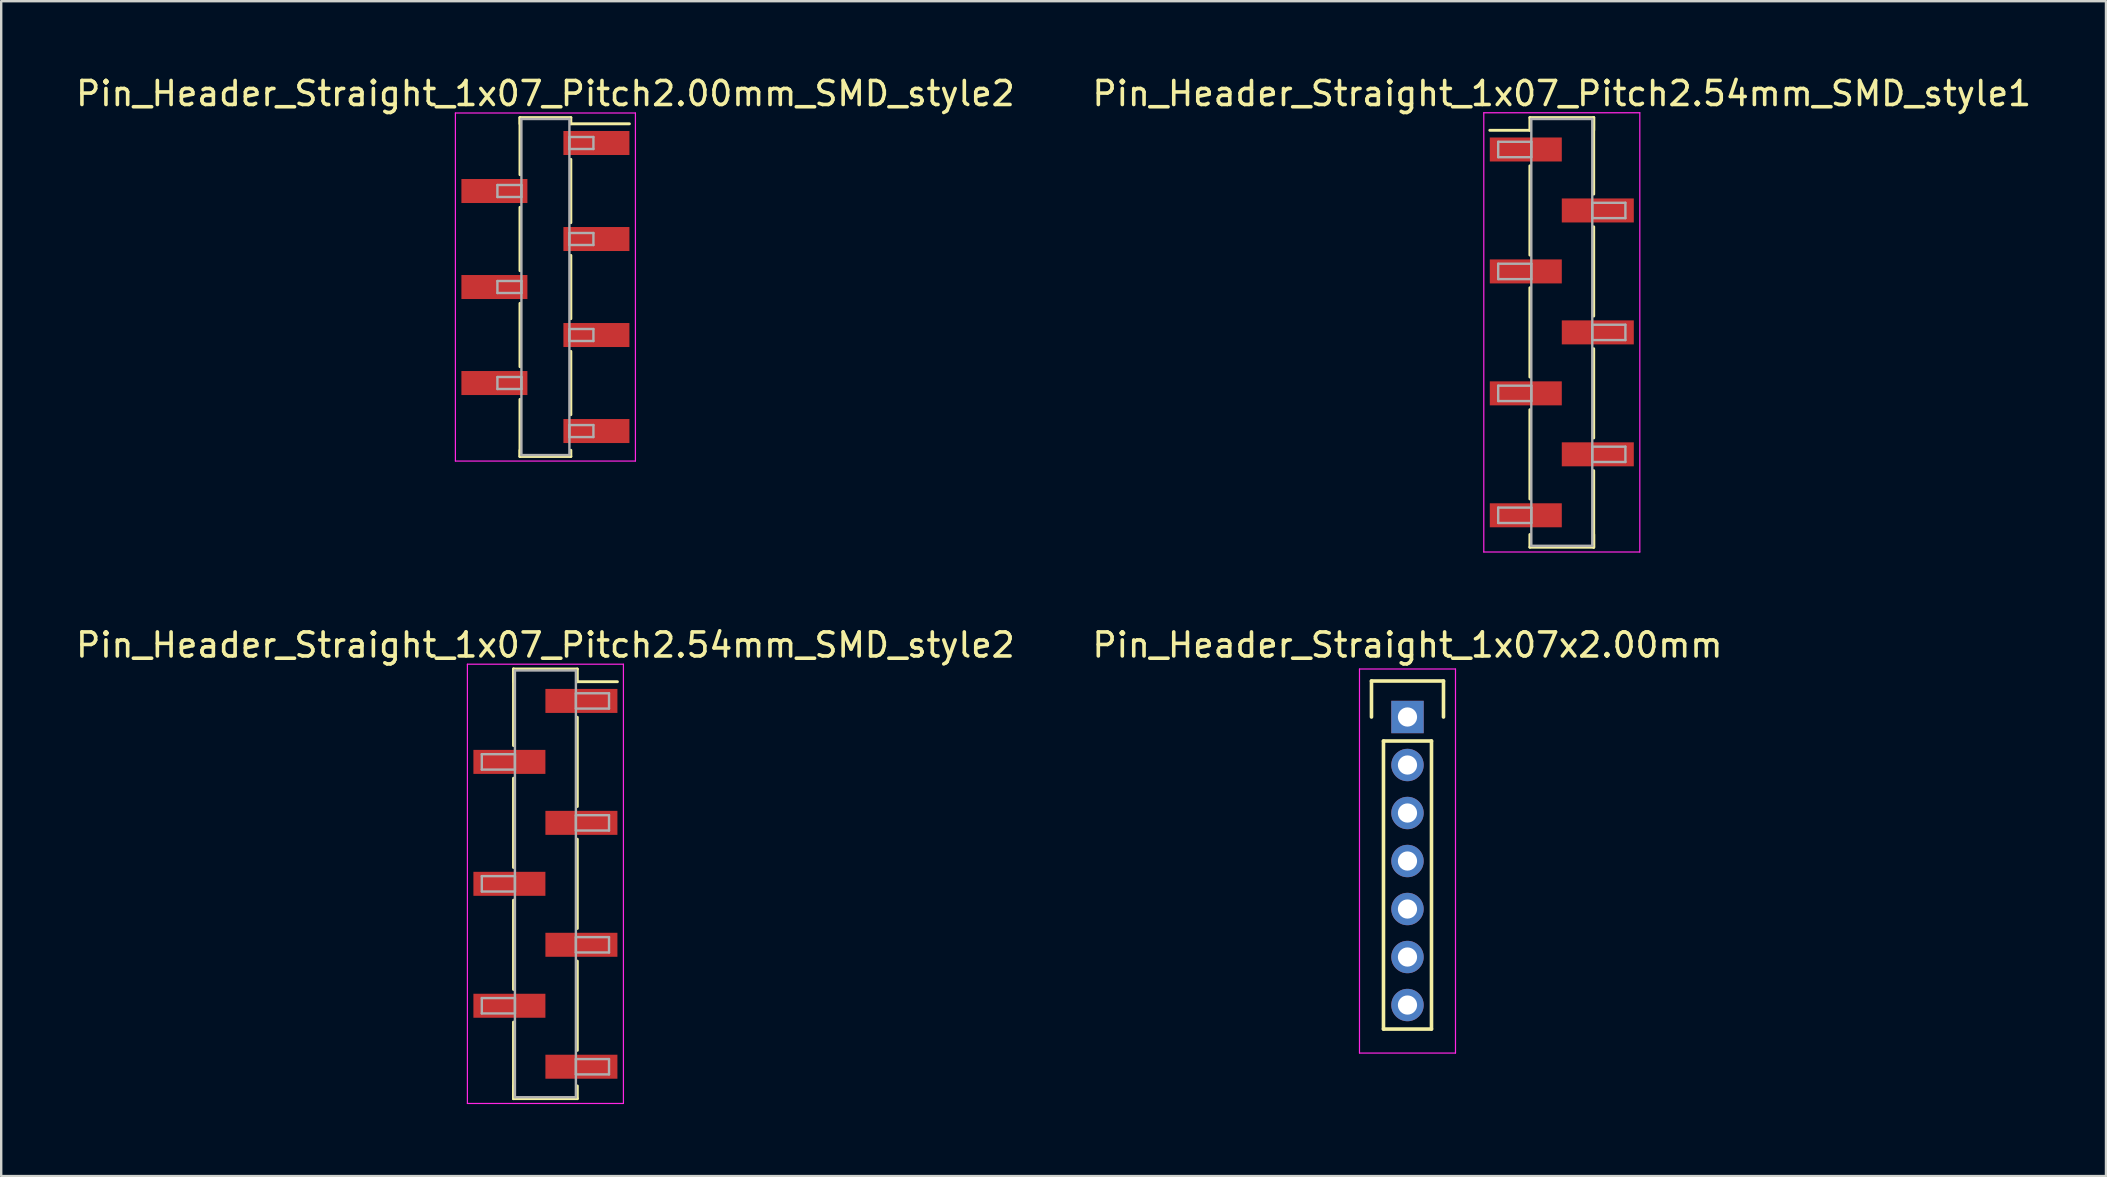
<source format=kicad_pcb>
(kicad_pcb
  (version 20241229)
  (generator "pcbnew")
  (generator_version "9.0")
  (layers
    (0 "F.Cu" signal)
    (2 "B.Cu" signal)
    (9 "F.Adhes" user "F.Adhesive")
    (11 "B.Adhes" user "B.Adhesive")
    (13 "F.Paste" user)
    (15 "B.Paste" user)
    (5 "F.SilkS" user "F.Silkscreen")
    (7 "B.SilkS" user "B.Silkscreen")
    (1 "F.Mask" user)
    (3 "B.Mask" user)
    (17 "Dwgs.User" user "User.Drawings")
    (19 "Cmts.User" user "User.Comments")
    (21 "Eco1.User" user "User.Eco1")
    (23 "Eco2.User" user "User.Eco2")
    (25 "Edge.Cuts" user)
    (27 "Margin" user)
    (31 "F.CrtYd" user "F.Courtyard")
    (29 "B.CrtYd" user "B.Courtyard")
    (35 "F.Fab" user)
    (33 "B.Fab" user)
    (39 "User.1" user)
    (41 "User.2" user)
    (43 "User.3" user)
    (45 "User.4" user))
  (footprint "Pin_Header_Straight_1x07_Pitch2.00mm_SMD_style2"
    (layer "F.Cu")
    (at 19.673 8.908)
    (property "Reference" "Pin_Header_Straight_1x07_Pitch2.00mm_SMD_style2" (at 0 -8.06 0) (layer "F.SilkS") (effects (font (size 1 1) (thickness 0.15))))
    (attr smd)
    (fp_line (start -1.06 -7.06) (end -1.06 -4.68) (stroke (width 0.12) (type solid)) (layer "F.SilkS"))
    (fp_line (start -1.06 -7.06) (end 1.06 -7.06) (stroke (width 0.12) (type solid)) (layer "F.SilkS"))
    (fp_line (start -1.06 -6.8) (end -1.06 -7.06) (stroke (width 0.12) (type solid)) (layer "F.SilkS"))
    (fp_line (start -1.06 -3.32) (end -1.06 -0.68) (stroke (width 0.12) (type solid)) (layer "F.SilkS"))
    (fp_line (start -1.06 0.68) (end -1.06 3.32) (stroke (width 0.12) (type solid)) (layer "F.SilkS"))
    (fp_line (start -1.06 4.68) (end -1.06 7.06) (stroke (width 0.12) (type solid)) (layer "F.SilkS"))
    (fp_line (start -1.06 6.8) (end -1.06 7.06) (stroke (width 0.12) (type solid)) (layer "F.SilkS"))
    (fp_line (start -1.06 7.06) (end 1.06 7.06) (stroke (width 0.12) (type solid)) (layer "F.SilkS"))
    (fp_line (start 1.06 -7.06) (end 1.06 -6.8) (stroke (width 0.12) (type solid)) (layer "F.SilkS"))
    (fp_line (start 1.06 -6.8) (end 3.5 -6.8) (stroke (width 0.12) (type solid)) (layer "F.SilkS"))
    (fp_line (start 1.06 -5.32) (end 1.06 -2.68) (stroke (width 0.12) (type solid)) (layer "F.SilkS"))
    (fp_line (start 1.06 -1.32) (end 1.06 1.32) (stroke (width 0.12) (type solid)) (layer "F.SilkS"))
    (fp_line (start 1.06 2.68) (end 1.06 5.32) (stroke (width 0.12) (type solid)) (layer "F.SilkS"))
    (fp_line (start 1.06 7.06) (end 1.06 6.8) (stroke (width 0.12) (type solid)) (layer "F.SilkS"))
    (fp_line (start -3.75 -7.25) (end -3.75 7.25) (stroke (width 0.05) (type solid)) (layer "F.CrtYd"))
    (fp_line (start -3.75 7.25) (end 3.75 7.25) (stroke (width 0.05) (type solid)) (layer "F.CrtYd"))
    (fp_line (start 3.75 -7.25) (end -3.75 -7.25) (stroke (width 0.05) (type solid)) (layer "F.CrtYd"))
    (fp_line (start 3.75 7.25) (end 3.75 -7.25) (stroke (width 0.05) (type solid)) (layer "F.CrtYd"))
    (fp_line (start -2 -4.25) (end -1 -4.25) (stroke (width 0.1) (type solid)) (layer "F.Fab"))
    (fp_line (start -2 -3.75) (end -2 -4.25) (stroke (width 0.1) (type solid)) (layer "F.Fab"))
    (fp_line (start -2 -0.25) (end -1 -0.25) (stroke (width 0.1) (type solid)) (layer "F.Fab"))
    (fp_line (start -2 0.25) (end -2 -0.25) (stroke (width 0.1) (type solid)) (layer "F.Fab"))
    (fp_line (start -2 3.75) (end -1 3.75) (stroke (width 0.1) (type solid)) (layer "F.Fab"))
    (fp_line (start -2 4.25) (end -2 3.75) (stroke (width 0.1) (type solid)) (layer "F.Fab"))
    (fp_line (start -1 -7) (end -1 7) (stroke (width 0.1) (type solid)) (layer "F.Fab"))
    (fp_line (start -1 -4.25) (end -1 -3.75) (stroke (width 0.1) (type solid)) (layer "F.Fab"))
    (fp_line (start -1 -3.75) (end -2 -3.75) (stroke (width 0.1) (type solid)) (layer "F.Fab"))
    (fp_line (start -1 -0.25) (end -1 0.25) (stroke (width 0.1) (type solid)) (layer "F.Fab"))
    (fp_line (start -1 0.25) (end -2 0.25) (stroke (width 0.1) (type solid)) (layer "F.Fab"))
    (fp_line (start -1 3.75) (end -1 4.25) (stroke (width 0.1) (type solid)) (layer "F.Fab"))
    (fp_line (start -1 4.25) (end -2 4.25) (stroke (width 0.1) (type solid)) (layer "F.Fab"))
    (fp_line (start -1 7) (end 1 7) (stroke (width 0.1) (type solid)) (layer "F.Fab"))
    (fp_line (start 1 -7) (end -1 -7) (stroke (width 0.1) (type solid)) (layer "F.Fab"))
    (fp_line (start 1 -6.25) (end 1 -5.75) (stroke (width 0.1) (type solid)) (layer "F.Fab"))
    (fp_line (start 1 -5.75) (end 2 -5.75) (stroke (width 0.1) (type solid)) (layer "F.Fab"))
    (fp_line (start 1 -2.25) (end 1 -1.75) (stroke (width 0.1) (type solid)) (layer "F.Fab"))
    (fp_line (start 1 -1.75) (end 2 -1.75) (stroke (width 0.1) (type solid)) (layer "F.Fab"))
    (fp_line (start 1 1.75) (end 1 2.25) (stroke (width 0.1) (type solid)) (layer "F.Fab"))
    (fp_line (start 1 2.25) (end 2 2.25) (stroke (width 0.1) (type solid)) (layer "F.Fab"))
    (fp_line (start 1 5.75) (end 1 6.25) (stroke (width 0.1) (type solid)) (layer "F.Fab"))
    (fp_line (start 1 6.25) (end 2 6.25) (stroke (width 0.1) (type solid)) (layer "F.Fab"))
    (fp_line (start 1 7) (end 1 -7) (stroke (width 0.1) (type solid)) (layer "F.Fab"))
    (fp_line (start 2 -6.25) (end 1 -6.25) (stroke (width 0.1) (type solid)) (layer "F.Fab"))
    (fp_line (start 2 -5.75) (end 2 -6.25) (stroke (width 0.1) (type solid)) (layer "F.Fab"))
    (fp_line (start 2 -2.25) (end 1 -2.25) (stroke (width 0.1) (type solid)) (layer "F.Fab"))
    (fp_line (start 2 -1.75) (end 2 -2.25) (stroke (width 0.1) (type solid)) (layer "F.Fab"))
    (fp_line (start 2 1.75) (end 1 1.75) (stroke (width 0.1) (type solid)) (layer "F.Fab"))
    (fp_line (start 2 2.25) (end 2 1.75) (stroke (width 0.1) (type solid)) (layer "F.Fab"))
    (fp_line (start 2 5.75) (end 1 5.75) (stroke (width 0.1) (type solid)) (layer "F.Fab"))
    (fp_line (start 2 6.25) (end 2 5.75) (stroke (width 0.1) (type solid)) (layer "F.Fab"))
    (pad "1" smd rect (at 2.125 -6) (size 2.75 1) (layers "F.Cu" "F.Mask"))
    (pad "2" smd rect (at -2.125 -4) (size 2.75 1) (layers "F.Cu" "F.Mask"))
    (pad "3" smd rect (at 2.125 -2) (size 2.75 1) (layers "F.Cu" "F.Mask"))
    (pad "4" smd rect (at -2.125 0) (size 2.75 1) (layers "F.Cu" "F.Mask"))
    (pad "5" smd rect (at 2.125 2) (size 2.75 1) (layers "F.Cu" "F.Mask"))
    (pad "6" smd rect (at -2.125 4) (size 2.75 1) (layers "F.Cu" "F.Mask"))
    (pad "7" smd rect (at 2.125 6) (size 2.75 1) (layers "F.Cu" "F.Mask")))
  (footprint "Pin_Header_Straight_1x07x2.00mm"
    (layer "F.Cu")
    (at 55.589 26.822)
    (property "Reference" "Pin_Header_Straight_1x07x2.00mm" (at 0 -3 0) (layer "F.SilkS") (effects (font (size 1 1) (thickness 0.15))))
    (attr through_hole)
    (fp_line (start -1.5 -1.5) (end 1.5 -1.5) (stroke (width 0.15) (type solid)) (layer "F.SilkS"))
    (fp_line (start -1.5 0) (end -1.5 -1.5) (stroke (width 0.15) (type solid)) (layer "F.SilkS"))
    (fp_line (start -1 1) (end 1 1) (stroke (width 0.15) (type solid)) (layer "F.SilkS"))
    (fp_line (start -1 13) (end -1 1) (stroke (width 0.15) (type solid)) (layer "F.SilkS"))
    (fp_line (start 1 1) (end 1 13) (stroke (width 0.15) (type solid)) (layer "F.SilkS"))
    (fp_line (start 1 13) (end -1 13) (stroke (width 0.15) (type solid)) (layer "F.SilkS"))
    (fp_line (start 1.5 -1.5) (end 1.5 0) (stroke (width 0.15) (type solid)) (layer "F.SilkS"))
    (fp_line (start -2 -2) (end 2 -2) (stroke (width 0.05) (type solid)) (layer "F.CrtYd"))
    (fp_line (start -2 14) (end -2 -2) (stroke (width 0.05) (type solid)) (layer "F.CrtYd"))
    (fp_line (start 2 -2) (end 2 14) (stroke (width 0.05) (type solid)) (layer "F.CrtYd"))
    (fp_line (start 2 14) (end -2 14) (stroke (width 0.05) (type solid)) (layer "F.CrtYd"))
    (pad "1" thru_hole rect (at 0 0) (size 1.35 1.35) (drill 0.8) (layers "*.Cu" "*.Mask"))
    (pad "2" thru_hole circle (at 0 2) (size 1.35 1.35) (drill 0.8) (layers "*.Cu" "*.Mask"))
    (pad "3" thru_hole circle (at 0 4) (size 1.35 1.35) (drill 0.8) (layers "*.Cu" "*.Mask"))
    (pad "4" thru_hole circle (at 0 6) (size 1.35 1.35) (drill 0.8) (layers "*.Cu" "*.Mask"))
    (pad "5" thru_hole circle (at 0 8) (size 1.35 1.35) (drill 0.8) (layers "*.Cu" "*.Mask"))
    (pad "6" thru_hole circle (at 0 10) (size 1.35 1.35) (drill 0.8) (layers "*.Cu" "*.Mask"))
    (pad "7" thru_hole circle (at 0 12) (size 1.35 1.35) (drill 0.8) (layers "*.Cu" "*.Mask")))
  (footprint "Pin_Header_Straight_1x07_Pitch2.54mm_SMD_style1"
    (layer "F.Cu")
    (at 62.018 10.798)
    (property "Reference" "Pin_Header_Straight_1x07_Pitch2.54mm_SMD_style1" (at 0 -9.95 0) (layer "F.SilkS") (effects (font (size 1 1) (thickness 0.15))))
    (attr smd)
    (fp_line (start -1.33 -8.95) (end 1.33 -8.95) (stroke (width 0.12) (type solid)) (layer "F.SilkS"))
    (fp_line (start -1.33 -8.42) (end -3 -8.42) (stroke (width 0.12) (type solid)) (layer "F.SilkS"))
    (fp_line (start -1.33 -8.42) (end -1.33 -8.95) (stroke (width 0.12) (type solid)) (layer "F.SilkS"))
    (fp_line (start -1.33 -6.94) (end -1.33 -3.22) (stroke (width 0.12) (type solid)) (layer "F.SilkS"))
    (fp_line (start -1.33 -1.86) (end -1.33 1.86) (stroke (width 0.12) (type solid)) (layer "F.SilkS"))
    (fp_line (start -1.33 3.22) (end -1.33 6.94) (stroke (width 0.12) (type solid)) (layer "F.SilkS"))
    (fp_line (start -1.33 8.42) (end -1.33 8.95) (stroke (width 0.12) (type solid)) (layer "F.SilkS"))
    (fp_line (start -1.33 8.95) (end 1.33 8.95) (stroke (width 0.12) (type solid)) (layer "F.SilkS"))
    (fp_line (start 1.33 -8.95) (end 1.33 -8.42) (stroke (width 0.12) (type solid)) (layer "F.SilkS"))
    (fp_line (start 1.33 -8.95) (end 1.33 -5.76) (stroke (width 0.12) (type solid)) (layer "F.SilkS"))
    (fp_line (start 1.33 -4.4) (end 1.33 -0.68) (stroke (width 0.12) (type solid)) (layer "F.SilkS"))
    (fp_line (start 1.33 0.68) (end 1.33 4.4) (stroke (width 0.12) (type solid)) (layer "F.SilkS"))
    (fp_line (start 1.33 5.76) (end 1.33 8.95) (stroke (width 0.12) (type solid)) (layer "F.SilkS"))
    (fp_line (start 1.33 8.95) (end 1.33 8.42) (stroke (width 0.12) (type solid)) (layer "F.SilkS"))
    (fp_line (start -3.25 -9.15) (end -3.25 9.15) (stroke (width 0.05) (type solid)) (layer "F.CrtYd"))
    (fp_line (start -3.25 9.15) (end 3.25 9.15) (stroke (width 0.05) (type solid)) (layer "F.CrtYd"))
    (fp_line (start 3.25 -9.15) (end -3.25 -9.15) (stroke (width 0.05) (type solid)) (layer "F.CrtYd"))
    (fp_line (start 3.25 9.15) (end 3.25 -9.15) (stroke (width 0.05) (type solid)) (layer "F.CrtYd"))
    (fp_line (start -2.65 -7.94) (end -1.27 -7.94) (stroke (width 0.1) (type solid)) (layer "F.Fab"))
    (fp_line (start -2.65 -7.3) (end -2.65 -7.94) (stroke (width 0.1) (type solid)) (layer "F.Fab"))
    (fp_line (start -2.65 -2.86) (end -1.27 -2.86) (stroke (width 0.1) (type solid)) (layer "F.Fab"))
    (fp_line (start -2.65 -2.22) (end -2.65 -2.86) (stroke (width 0.1) (type solid)) (layer "F.Fab"))
    (fp_line (start -2.65 2.22) (end -1.27 2.22) (stroke (width 0.1) (type solid)) (layer "F.Fab"))
    (fp_line (start -2.65 2.86) (end -2.65 2.22) (stroke (width 0.1) (type solid)) (layer "F.Fab"))
    (fp_line (start -2.65 7.3) (end -1.27 7.3) (stroke (width 0.1) (type solid)) (layer "F.Fab"))
    (fp_line (start -2.65 7.94) (end -2.65 7.3) (stroke (width 0.1) (type solid)) (layer "F.Fab"))
    (fp_line (start -1.27 -8.89) (end -1.27 8.89) (stroke (width 0.1) (type solid)) (layer "F.Fab"))
    (fp_line (start -1.27 -7.94) (end -1.27 -7.3) (stroke (width 0.1) (type solid)) (layer "F.Fab"))
    (fp_line (start -1.27 -7.3) (end -2.65 -7.3) (stroke (width 0.1) (type solid)) (layer "F.Fab"))
    (fp_line (start -1.27 -2.86) (end -1.27 -2.22) (stroke (width 0.1) (type solid)) (layer "F.Fab"))
    (fp_line (start -1.27 -2.22) (end -2.65 -2.22) (stroke (width 0.1) (type solid)) (layer "F.Fab"))
    (fp_line (start -1.27 2.22) (end -1.27 2.86) (stroke (width 0.1) (type solid)) (layer "F.Fab"))
    (fp_line (start -1.27 2.86) (end -2.65 2.86) (stroke (width 0.1) (type solid)) (layer "F.Fab"))
    (fp_line (start -1.27 7.3) (end -1.27 7.94) (stroke (width 0.1) (type solid)) (layer "F.Fab"))
    (fp_line (start -1.27 7.94) (end -2.65 7.94) (stroke (width 0.1) (type solid)) (layer "F.Fab"))
    (fp_line (start -1.27 8.89) (end 1.27 8.89) (stroke (width 0.1) (type solid)) (layer "F.Fab"))
    (fp_line (start 1.27 -8.89) (end -1.27 -8.89) (stroke (width 0.1) (type solid)) (layer "F.Fab"))
    (fp_line (start 1.27 -5.4) (end 1.27 -4.76) (stroke (width 0.1) (type solid)) (layer "F.Fab"))
    (fp_line (start 1.27 -4.76) (end 2.65 -4.76) (stroke (width 0.1) (type solid)) (layer "F.Fab"))
    (fp_line (start 1.27 -0.32) (end 1.27 0.32) (stroke (width 0.1) (type solid)) (layer "F.Fab"))
    (fp_line (start 1.27 0.32) (end 2.65 0.32) (stroke (width 0.1) (type solid)) (layer "F.Fab"))
    (fp_line (start 1.27 4.76) (end 1.27 5.4) (stroke (width 0.1) (type solid)) (layer "F.Fab"))
    (fp_line (start 1.27 5.4) (end 2.65 5.4) (stroke (width 0.1) (type solid)) (layer "F.Fab"))
    (fp_line (start 1.27 8.89) (end 1.27 -8.89) (stroke (width 0.1) (type solid)) (layer "F.Fab"))
    (fp_line (start 2.65 -5.4) (end 1.27 -5.4) (stroke (width 0.1) (type solid)) (layer "F.Fab"))
    (fp_line (start 2.65 -4.76) (end 2.65 -5.4) (stroke (width 0.1) (type solid)) (layer "F.Fab"))
    (fp_line (start 2.65 -0.32) (end 1.27 -0.32) (stroke (width 0.1) (type solid)) (layer "F.Fab"))
    (fp_line (start 2.65 0.32) (end 2.65 -0.32) (stroke (width 0.1) (type solid)) (layer "F.Fab"))
    (fp_line (start 2.65 4.76) (end 1.27 4.76) (stroke (width 0.1) (type solid)) (layer "F.Fab"))
    (fp_line (start 2.65 5.4) (end 2.65 4.76) (stroke (width 0.1) (type solid)) (layer "F.Fab"))
    (pad "1" smd rect (at -1.5 -7.62) (size 3 1) (layers "F.Cu" "F.Mask"))
    (pad "2" smd rect (at 1.5 -5.08) (size 3 1) (layers "F.Cu" "F.Mask"))
    (pad "3" smd rect (at -1.5 -2.54) (size 3 1) (layers "F.Cu" "F.Mask"))
    (pad "4" smd rect (at 1.5 0) (size 3 1) (layers "F.Cu" "F.Mask"))
    (pad "5" smd rect (at -1.5 2.54) (size 3 1) (layers "F.Cu" "F.Mask"))
    (pad "6" smd rect (at 1.5 5.08) (size 3 1) (layers "F.Cu" "F.Mask"))
    (pad "7" smd rect (at -1.5 7.62) (size 3 1) (layers "F.Cu" "F.Mask")))
  (footprint "Pin_Header_Straight_1x07_Pitch2.54mm_SMD_style2"
    (layer "F.Cu")
    (at 19.673 33.772)
    (property "Reference" "Pin_Header_Straight_1x07_Pitch2.54mm_SMD_style2" (at 0 -9.95 0) (layer "F.SilkS") (effects (font (size 1 1) (thickness 0.15))))
    (attr smd)
    (fp_line (start -1.33 -8.95) (end -1.33 -5.76) (stroke (width 0.12) (type solid)) (layer "F.SilkS"))
    (fp_line (start -1.33 -8.95) (end 1.33 -8.95) (stroke (width 0.12) (type solid)) (layer "F.SilkS"))
    (fp_line (start -1.33 -8.42) (end -1.33 -8.95) (stroke (width 0.12) (type solid)) (layer "F.SilkS"))
    (fp_line (start -1.33 -4.4) (end -1.33 -0.68) (stroke (width 0.12) (type solid)) (layer "F.SilkS"))
    (fp_line (start -1.33 0.68) (end -1.33 4.4) (stroke (width 0.12) (type solid)) (layer "F.SilkS"))
    (fp_line (start -1.33 5.76) (end -1.33 8.95) (stroke (width 0.12) (type solid)) (layer "F.SilkS"))
    (fp_line (start -1.33 8.42) (end -1.33 8.95) (stroke (width 0.12) (type solid)) (layer "F.SilkS"))
    (fp_line (start -1.33 8.95) (end 1.33 8.95) (stroke (width 0.12) (type solid)) (layer "F.SilkS"))
    (fp_line (start 1.33 -8.95) (end 1.33 -8.42) (stroke (width 0.12) (type solid)) (layer "F.SilkS"))
    (fp_line (start 1.33 -8.42) (end 3 -8.42) (stroke (width 0.12) (type solid)) (layer "F.SilkS"))
    (fp_line (start 1.33 -6.94) (end 1.33 -3.22) (stroke (width 0.12) (type solid)) (layer "F.SilkS"))
    (fp_line (start 1.33 -1.86) (end 1.33 1.86) (stroke (width 0.12) (type solid)) (layer "F.SilkS"))
    (fp_line (start 1.33 3.22) (end 1.33 6.94) (stroke (width 0.12) (type solid)) (layer "F.SilkS"))
    (fp_line (start 1.33 8.95) (end 1.33 8.42) (stroke (width 0.12) (type solid)) (layer "F.SilkS"))
    (fp_line (start -3.25 -9.15) (end -3.25 9.15) (stroke (width 0.05) (type solid)) (layer "F.CrtYd"))
    (fp_line (start -3.25 9.15) (end 3.25 9.15) (stroke (width 0.05) (type solid)) (layer "F.CrtYd"))
    (fp_line (start 3.25 -9.15) (end -3.25 -9.15) (stroke (width 0.05) (type solid)) (layer "F.CrtYd"))
    (fp_line (start 3.25 9.15) (end 3.25 -9.15) (stroke (width 0.05) (type solid)) (layer "F.CrtYd"))
    (fp_line (start -2.65 -5.4) (end -1.27 -5.4) (stroke (width 0.1) (type solid)) (layer "F.Fab"))
    (fp_line (start -2.65 -4.76) (end -2.65 -5.4) (stroke (width 0.1) (type solid)) (layer "F.Fab"))
    (fp_line (start -2.65 -0.32) (end -1.27 -0.32) (stroke (width 0.1) (type solid)) (layer "F.Fab"))
    (fp_line (start -2.65 0.32) (end -2.65 -0.32) (stroke (width 0.1) (type solid)) (layer "F.Fab"))
    (fp_line (start -2.65 4.76) (end -1.27 4.76) (stroke (width 0.1) (type solid)) (layer "F.Fab"))
    (fp_line (start -2.65 5.4) (end -2.65 4.76) (stroke (width 0.1) (type solid)) (layer "F.Fab"))
    (fp_line (start -1.27 -8.89) (end -1.27 8.89) (stroke (width 0.1) (type solid)) (layer "F.Fab"))
    (fp_line (start -1.27 -5.4) (end -1.27 -4.76) (stroke (width 0.1) (type solid)) (layer "F.Fab"))
    (fp_line (start -1.27 -4.76) (end -2.65 -4.76) (stroke (width 0.1) (type solid)) (layer "F.Fab"))
    (fp_line (start -1.27 -0.32) (end -1.27 0.32) (stroke (width 0.1) (type solid)) (layer "F.Fab"))
    (fp_line (start -1.27 0.32) (end -2.65 0.32) (stroke (width 0.1) (type solid)) (layer "F.Fab"))
    (fp_line (start -1.27 4.76) (end -1.27 5.4) (stroke (width 0.1) (type solid)) (layer "F.Fab"))
    (fp_line (start -1.27 5.4) (end -2.65 5.4) (stroke (width 0.1) (type solid)) (layer "F.Fab"))
    (fp_line (start -1.27 8.89) (end 1.27 8.89) (stroke (width 0.1) (type solid)) (layer "F.Fab"))
    (fp_line (start 1.27 -8.89) (end -1.27 -8.89) (stroke (width 0.1) (type solid)) (layer "F.Fab"))
    (fp_line (start 1.27 -7.94) (end 1.27 -7.3) (stroke (width 0.1) (type solid)) (layer "F.Fab"))
    (fp_line (start 1.27 -7.3) (end 2.65 -7.3) (stroke (width 0.1) (type solid)) (layer "F.Fab"))
    (fp_line (start 1.27 -2.86) (end 1.27 -2.22) (stroke (width 0.1) (type solid)) (layer "F.Fab"))
    (fp_line (start 1.27 -2.22) (end 2.65 -2.22) (stroke (width 0.1) (type solid)) (layer "F.Fab"))
    (fp_line (start 1.27 2.22) (end 1.27 2.86) (stroke (width 0.1) (type solid)) (layer "F.Fab"))
    (fp_line (start 1.27 2.86) (end 2.65 2.86) (stroke (width 0.1) (type solid)) (layer "F.Fab"))
    (fp_line (start 1.27 7.3) (end 1.27 7.94) (stroke (width 0.1) (type solid)) (layer "F.Fab"))
    (fp_line (start 1.27 7.94) (end 2.65 7.94) (stroke (width 0.1) (type solid)) (layer "F.Fab"))
    (fp_line (start 1.27 8.89) (end 1.27 -8.89) (stroke (width 0.1) (type solid)) (layer "F.Fab"))
    (fp_line (start 2.65 -7.94) (end 1.27 -7.94) (stroke (width 0.1) (type solid)) (layer "F.Fab"))
    (fp_line (start 2.65 -7.3) (end 2.65 -7.94) (stroke (width 0.1) (type solid)) (layer "F.Fab"))
    (fp_line (start 2.65 -2.86) (end 1.27 -2.86) (stroke (width 0.1) (type solid)) (layer "F.Fab"))
    (fp_line (start 2.65 -2.22) (end 2.65 -2.86) (stroke (width 0.1) (type solid)) (layer "F.Fab"))
    (fp_line (start 2.65 2.22) (end 1.27 2.22) (stroke (width 0.1) (type solid)) (layer "F.Fab"))
    (fp_line (start 2.65 2.86) (end 2.65 2.22) (stroke (width 0.1) (type solid)) (layer "F.Fab"))
    (fp_line (start 2.65 7.3) (end 1.27 7.3) (stroke (width 0.1) (type solid)) (layer "F.Fab"))
    (fp_line (start 2.65 7.94) (end 2.65 7.3) (stroke (width 0.1) (type solid)) (layer "F.Fab"))
    (pad "1" smd rect (at 1.5 -7.62) (size 3 1) (layers "F.Cu" "F.Mask"))
    (pad "2" smd rect (at -1.5 -5.08) (size 3 1) (layers "F.Cu" "F.Mask"))
    (pad "3" smd rect (at 1.5 -2.54) (size 3 1) (layers "F.Cu" "F.Mask"))
    (pad "4" smd rect (at -1.5 0) (size 3 1) (layers "F.Cu" "F.Mask"))
    (pad "5" smd rect (at 1.5 2.54) (size 3 1) (layers "F.Cu" "F.Mask"))
    (pad "6" smd rect (at -1.5 5.08) (size 3 1) (layers "F.Cu" "F.Mask"))
    (pad "7" smd rect (at 1.5 7.62) (size 3 1) (layers "F.Cu" "F.Mask")))
  (gr_rect
    (start -3 -3)
    (end 84.69 45.947)
    (stroke (width 0.1) (type default))
    (fill no)
    (layer "Edge.Cuts")))
</source>
